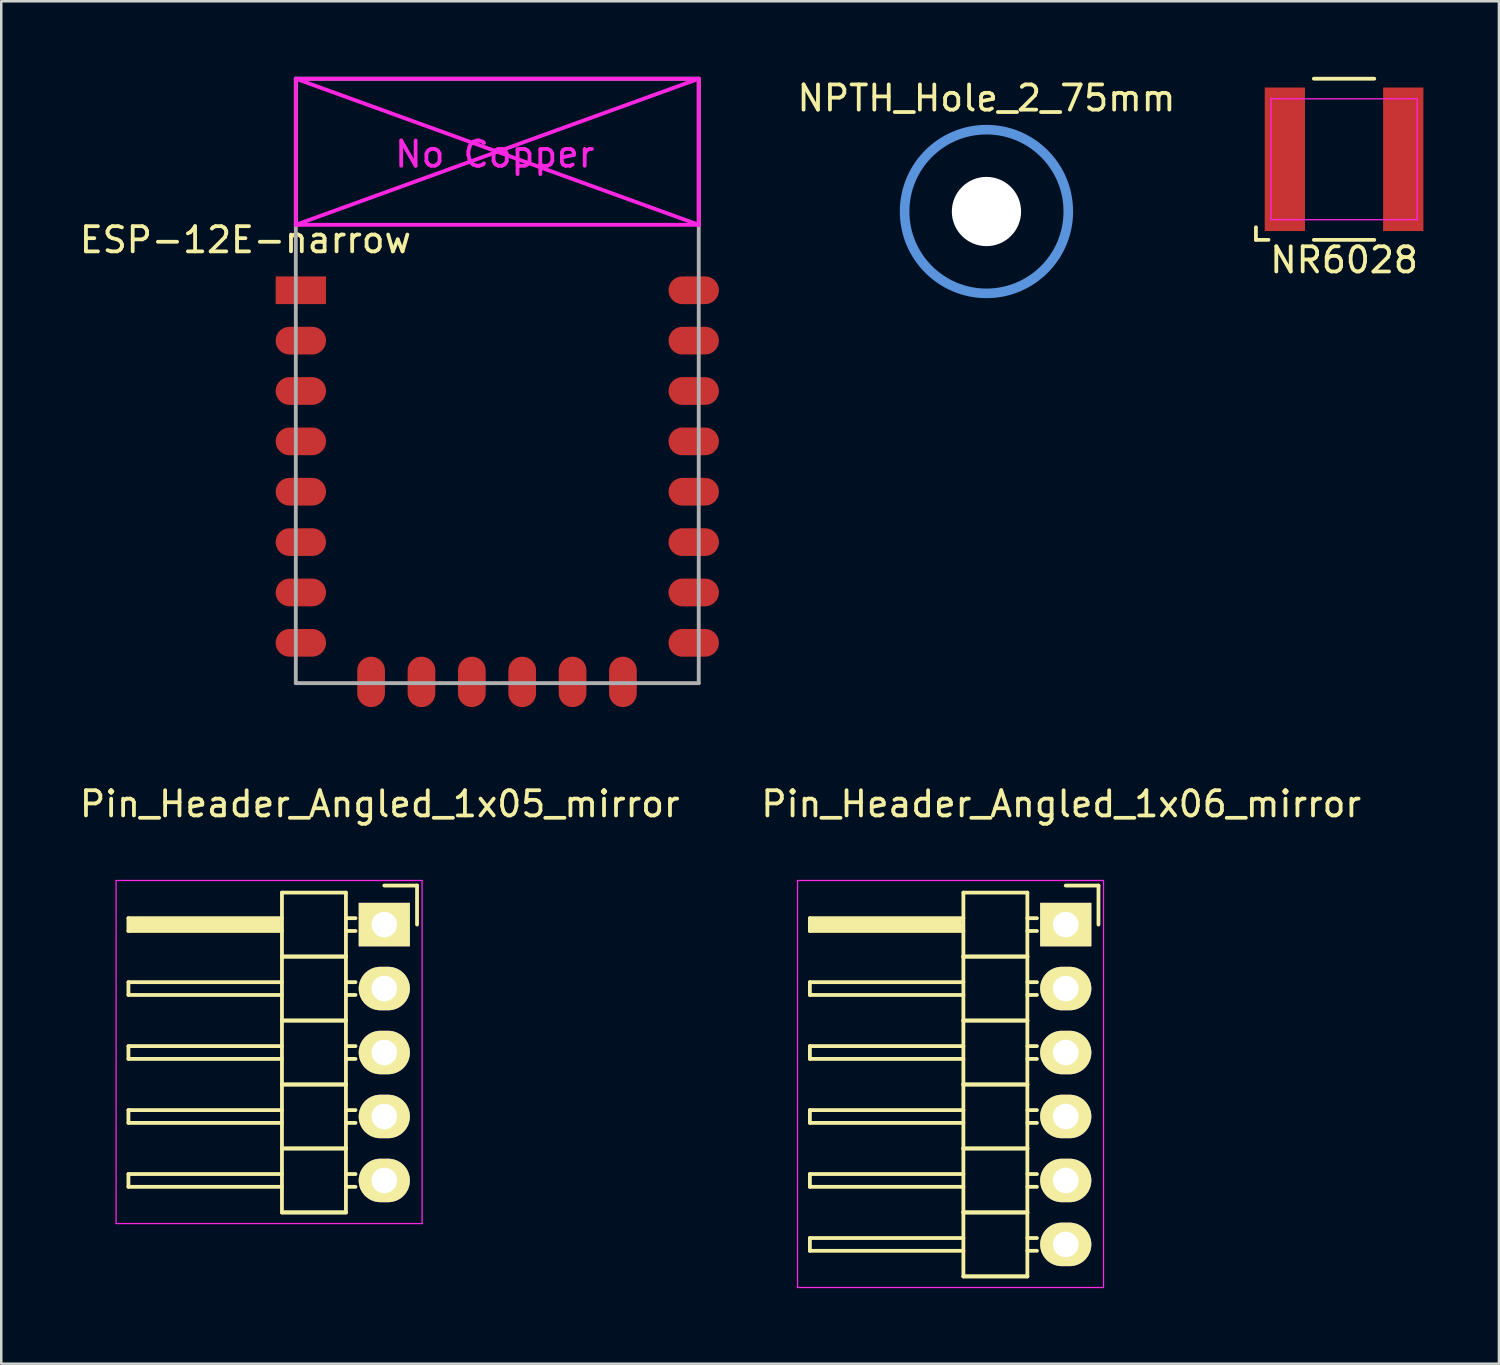
<source format=kicad_pcb>
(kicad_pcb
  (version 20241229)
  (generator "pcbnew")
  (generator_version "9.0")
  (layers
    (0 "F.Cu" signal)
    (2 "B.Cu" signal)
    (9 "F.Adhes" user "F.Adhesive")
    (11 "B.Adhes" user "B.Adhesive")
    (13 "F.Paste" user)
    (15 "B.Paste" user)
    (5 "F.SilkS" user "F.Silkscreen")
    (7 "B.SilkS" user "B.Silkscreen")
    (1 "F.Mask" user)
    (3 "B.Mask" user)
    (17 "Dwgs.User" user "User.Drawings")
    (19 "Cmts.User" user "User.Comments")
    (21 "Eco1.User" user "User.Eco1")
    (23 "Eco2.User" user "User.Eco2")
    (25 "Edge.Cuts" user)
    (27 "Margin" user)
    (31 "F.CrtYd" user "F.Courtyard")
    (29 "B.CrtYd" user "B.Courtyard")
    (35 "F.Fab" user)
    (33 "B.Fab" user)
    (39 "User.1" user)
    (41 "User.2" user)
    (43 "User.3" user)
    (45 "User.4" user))
  (footprint "ESP-12E-narrow"
    (layer "F.Cu")
    (at 8.696 8.476)
    (property "Reference" "ESP-12E-narrow" (at -2 -2 0) (layer "F.SilkS") (effects (font (size 1 1) (thickness 0.15))))
    (attr through_hole)
    (fp_line (start 0 -8.4) (end 0 -2.6) (stroke (width 0.152) (type solid)) (layer "F.CrtYd"))
    (fp_line (start 0 -8.4) (end 16 -2.6) (stroke (width 0.152) (type solid)) (layer "F.CrtYd"))
    (fp_line (start 0 -2.6) (end 16 -2.6) (stroke (width 0.152) (type solid)) (layer "F.CrtYd"))
    (fp_line (start 16 -8.4) (end 0 -8.4) (stroke (width 0.152) (type solid)) (layer "F.CrtYd"))
    (fp_line (start 16 -8.4) (end 0 -2.6) (stroke (width 0.152) (type solid)) (layer "F.CrtYd"))
    (fp_line (start 16 -2.6) (end 16 -8.4) (stroke (width 0.152) (type solid)) (layer "F.CrtYd"))
    (fp_line (start 0 -8.4) (end 16 -8.4) (stroke (width 0.152) (type solid)) (layer "F.Fab"))
    (fp_line (start 0 15.6) (end 0 -8.4) (stroke (width 0.152) (type solid)) (layer "F.Fab"))
    (fp_line (start 16 -8.4) (end 16 15.6) (stroke (width 0.152) (type solid)) (layer "F.Fab"))
    (fp_line (start 16 15.6) (end 0 15.6) (stroke (width 0.152) (type solid)) (layer "F.Fab"))
    (fp_text user "No Copper" (at 7.9 -5.4 0) (layer "F.CrtYd") (effects (font (size 1 1) (thickness 0.15))))
    (pad "1" smd rect (at 0.2 0) (size 2 1.1) (layers "F.Cu" "F.Mask" "F.Paste"))
    (pad "2" smd oval (at 0.2 2) (size 2 1.1) (layers "F.Cu" "F.Mask" "F.Paste"))
    (pad "3" smd oval (at 0.2 4) (size 2 1.1) (layers "F.Cu" "F.Mask" "F.Paste"))
    (pad "4" smd oval (at 0.2 6) (size 2 1.1) (layers "F.Cu" "F.Mask" "F.Paste"))
    (pad "5" smd oval (at 0.2 8) (size 2 1.1) (layers "F.Cu" "F.Mask" "F.Paste"))
    (pad "6" smd oval (at 0.2 10) (size 2 1.1) (layers "F.Cu" "F.Mask" "F.Paste"))
    (pad "7" smd oval (at 0.2 12) (size 2 1.1) (layers "F.Cu" "F.Mask" "F.Paste"))
    (pad "8" smd oval (at 0.2 14) (size 2 1.1) (layers "F.Cu" "F.Mask" "F.Paste"))
    (pad "9" smd oval (at 2.99 15.55 90) (size 2 1.1) (layers "F.Cu" "F.Mask" "F.Paste"))
    (pad "10" smd oval (at 4.99 15.55 90) (size 2 1.1) (layers "F.Cu" "F.Mask" "F.Paste"))
    (pad "11" smd oval (at 6.99 15.55 90) (size 2 1.1) (layers "F.Cu" "F.Mask" "F.Paste"))
    (pad "12" smd oval (at 8.99 15.55 90) (size 2 1.1) (layers "F.Cu" "F.Mask" "F.Paste"))
    (pad "13" smd oval (at 10.99 15.55 90) (size 2 1.1) (layers "F.Cu" "F.Mask" "F.Paste"))
    (pad "14" smd oval (at 12.99 15.55 90) (size 2 1.1) (layers "F.Cu" "F.Mask" "F.Paste"))
    (pad "15" smd oval (at 15.8 14) (size 2 1.1) (layers "F.Cu" "F.Mask" "F.Paste"))
    (pad "16" smd oval (at 15.8 12) (size 2 1.1) (layers "F.Cu" "F.Mask" "F.Paste"))
    (pad "17" smd oval (at 15.8 10) (size 2 1.1) (layers "F.Cu" "F.Mask" "F.Paste"))
    (pad "18" smd oval (at 15.8 8) (size 2 1.1) (layers "F.Cu" "F.Mask" "F.Paste"))
    (pad "19" smd oval (at 15.8 6) (size 2 1.1) (layers "F.Cu" "F.Mask" "F.Paste"))
    (pad "20" smd oval (at 15.8 4) (size 2 1.1) (layers "F.Cu" "F.Mask" "F.Paste"))
    (pad "21" smd oval (at 15.8 2) (size 2 1.1) (layers "F.Cu" "F.Mask" "F.Paste"))
    (pad "22" smd oval (at 15.8 0) (size 2 1.1) (layers "F.Cu" "F.Mask" "F.Paste")))
  (footprint "NPTH_Hole_2_75mm"
    (layer "F.Cu")
    (at 36.121 5.349)
    (property "Reference" "NPTH_Hole_2_75mm" (at 0 -4.501 0) (layer "F.SilkS") (effects (font (size 1 1) (thickness 0.15))))
    (attr through_hole)
    (fp_circle (center 0 0) (end 3.25 0) (stroke (width 0.381) (type solid)) (fill no) (layer "Cmts.User"))
    (pad "" np_thru_hole circle (at 0 0) (size 2.75 2.75) (drill 2.75) (layers "*.Cu" "*.Mask")))
  (footprint "Pin_Header_Angled_1x05_mirror"
    (layer "F.Cu")
    (at 12.03 33.974)
    (property "Reference" "Pin_Header_Angled_1x05_mirror" (at 0 -5.1 0) (layer "F.SilkS") (effects (font (size 1 1) (thickness 0.15))))
    (attr through_hole)
    (fp_line (start -9.98 -0.564) (end -9.98 -0.056) (stroke (width 0.15) (type solid)) (layer "F.SilkS"))
    (fp_line (start -9.98 -0.056) (end -3.884 -0.056) (stroke (width 0.15) (type solid)) (layer "F.SilkS"))
    (fp_line (start -9.98 1.976) (end -9.98 2.484) (stroke (width 0.15) (type solid)) (layer "F.SilkS"))
    (fp_line (start -9.98 2.484) (end -3.884 2.484) (stroke (width 0.15) (type solid)) (layer "F.SilkS"))
    (fp_line (start -9.98 4.516) (end -9.98 5.024) (stroke (width 0.15) (type solid)) (layer "F.SilkS"))
    (fp_line (start -9.98 5.024) (end -3.884 5.024) (stroke (width 0.15) (type solid)) (layer "F.SilkS"))
    (fp_line (start -9.98 7.056) (end -9.98 7.564) (stroke (width 0.15) (type solid)) (layer "F.SilkS"))
    (fp_line (start -9.98 7.564) (end -3.884 7.564) (stroke (width 0.15) (type solid)) (layer "F.SilkS"))
    (fp_line (start -9.98 9.596) (end -9.98 10.104) (stroke (width 0.15) (type solid)) (layer "F.SilkS"))
    (fp_line (start -9.98 10.104) (end -3.884 10.104) (stroke (width 0.15) (type solid)) (layer "F.SilkS"))
    (fp_line (start -9.853 -0.437) (end -9.853 -0.183) (stroke (width 0.15) (type solid)) (layer "F.SilkS"))
    (fp_line (start -9.853 -0.183) (end -4.011 -0.183) (stroke (width 0.15) (type solid)) (layer "F.SilkS"))
    (fp_line (start -4.011 -0.437) (end -9.853 -0.437) (stroke (width 0.15) (type solid)) (layer "F.SilkS"))
    (fp_line (start -4.011 -0.31) (end -9.853 -0.31) (stroke (width 0.15) (type solid)) (layer "F.SilkS"))
    (fp_line (start -4.011 -0.183) (end -4.011 -0.31) (stroke (width 0.15) (type solid)) (layer "F.SilkS"))
    (fp_line (start -3.884 -0.564) (end -9.98 -0.564) (stroke (width 0.15) (type solid)) (layer "F.SilkS"))
    (fp_line (start -3.884 0.96) (end -3.884 -1.58) (stroke (width 0.15) (type solid)) (layer "F.SilkS"))
    (fp_line (start -3.884 1.976) (end -9.98 1.976) (stroke (width 0.15) (type solid)) (layer "F.SilkS"))
    (fp_line (start -3.884 3.5) (end -3.884 0.96) (stroke (width 0.15) (type solid)) (layer "F.SilkS"))
    (fp_line (start -3.884 4.516) (end -9.98 4.516) (stroke (width 0.15) (type solid)) (layer "F.SilkS"))
    (fp_line (start -3.884 6.04) (end -3.884 3.5) (stroke (width 0.15) (type solid)) (layer "F.SilkS"))
    (fp_line (start -3.884 7.056) (end -9.98 7.056) (stroke (width 0.15) (type solid)) (layer "F.SilkS"))
    (fp_line (start -3.884 8.58) (end -3.884 6.04) (stroke (width 0.15) (type solid)) (layer "F.SilkS"))
    (fp_line (start -3.884 9.596) (end -9.98 9.596) (stroke (width 0.15) (type solid)) (layer "F.SilkS"))
    (fp_line (start -3.884 11.12) (end -3.884 8.58) (stroke (width 0.15) (type solid)) (layer "F.SilkS"))
    (fp_line (start -1.344 -1.58) (end -3.884 -1.58) (stroke (width 0.15) (type solid)) (layer "F.SilkS"))
    (fp_line (start -1.344 -1.58) (end -1.344 0.96) (stroke (width 0.15) (type solid)) (layer "F.SilkS"))
    (fp_line (start -1.344 -0.564) (end -0.963 -0.564) (stroke (width 0.15) (type solid)) (layer "F.SilkS"))
    (fp_line (start -1.344 -0.056) (end -0.963 -0.056) (stroke (width 0.15) (type solid)) (layer "F.SilkS"))
    (fp_line (start -1.344 0.96) (end -3.884 0.96) (stroke (width 0.15) (type solid)) (layer "F.SilkS"))
    (fp_line (start -1.344 0.96) (end -3.884 0.96) (stroke (width 0.15) (type solid)) (layer "F.SilkS"))
    (fp_line (start -1.344 0.96) (end -1.344 3.5) (stroke (width 0.15) (type solid)) (layer "F.SilkS"))
    (fp_line (start -1.344 1.976) (end -0.963 1.976) (stroke (width 0.15) (type solid)) (layer "F.SilkS"))
    (fp_line (start -1.344 2.484) (end -0.963 2.484) (stroke (width 0.15) (type solid)) (layer "F.SilkS"))
    (fp_line (start -1.344 3.5) (end -3.884 3.5) (stroke (width 0.15) (type solid)) (layer "F.SilkS"))
    (fp_line (start -1.344 3.5) (end -3.884 3.5) (stroke (width 0.15) (type solid)) (layer "F.SilkS"))
    (fp_line (start -1.344 3.5) (end -1.344 6.04) (stroke (width 0.15) (type solid)) (layer "F.SilkS"))
    (fp_line (start -1.344 4.516) (end -0.963 4.516) (stroke (width 0.15) (type solid)) (layer "F.SilkS"))
    (fp_line (start -1.344 5.024) (end -0.963 5.024) (stroke (width 0.15) (type solid)) (layer "F.SilkS"))
    (fp_line (start -1.344 6.04) (end -3.884 6.04) (stroke (width 0.15) (type solid)) (layer "F.SilkS"))
    (fp_line (start -1.344 6.04) (end -3.884 6.04) (stroke (width 0.15) (type solid)) (layer "F.SilkS"))
    (fp_line (start -1.344 6.04) (end -1.344 8.58) (stroke (width 0.15) (type solid)) (layer "F.SilkS"))
    (fp_line (start -1.344 7.056) (end -0.963 7.056) (stroke (width 0.15) (type solid)) (layer "F.SilkS"))
    (fp_line (start -1.344 7.564) (end -0.963 7.564) (stroke (width 0.15) (type solid)) (layer "F.SilkS"))
    (fp_line (start -1.344 8.58) (end -3.884 8.58) (stroke (width 0.15) (type solid)) (layer "F.SilkS"))
    (fp_line (start -1.344 8.58) (end -3.884 8.58) (stroke (width 0.15) (type solid)) (layer "F.SilkS"))
    (fp_line (start -1.344 8.58) (end -1.344 11.12) (stroke (width 0.15) (type solid)) (layer "F.SilkS"))
    (fp_line (start -1.344 9.596) (end -0.963 9.596) (stroke (width 0.15) (type solid)) (layer "F.SilkS"))
    (fp_line (start -1.344 10.104) (end -0.963 10.104) (stroke (width 0.15) (type solid)) (layer "F.SilkS"))
    (fp_line (start -1.344 11.12) (end -3.884 11.12) (stroke (width 0.15) (type solid)) (layer "F.SilkS"))
    (fp_line (start -1.344 11.12) (end -3.884 11.12) (stroke (width 0.15) (type solid)) (layer "F.SilkS"))
    (fp_line (start 0.18 -1.86) (end 1.48 -1.86) (stroke (width 0.15) (type solid)) (layer "F.SilkS"))
    (fp_line (start 1.48 -1.86) (end 1.48 -0.31) (stroke (width 0.15) (type solid)) (layer "F.SilkS"))
    (fp_line (start -10.47 -2.06) (end -10.47 11.562) (stroke (width 0.05) (type solid)) (layer "F.CrtYd"))
    (fp_line (start 1.68 -2.06) (end -10.47 -2.06) (stroke (width 0.05) (type solid)) (layer "F.CrtYd"))
    (fp_line (start 1.68 -2.06) (end 1.68 11.562) (stroke (width 0.05) (type solid)) (layer "F.CrtYd"))
    (fp_line (start 1.68 11.562) (end -10.47 11.562) (stroke (width 0.05) (type solid)) (layer "F.CrtYd"))
    (pad "1" thru_hole rect (at 0.18 -0.31 180) (size 2.032 1.727) (drill 1.016) (layers "*.Cu" "*.Mask" "F.SilkS"))
    (pad "2" thru_hole oval (at 0.18 2.23 180) (size 2.032 1.727) (drill 1.016) (layers "*.Cu" "*.Mask" "F.SilkS"))
    (pad "3" thru_hole oval (at 0.18 4.77 180) (size 2.032 1.727) (drill 1.016) (layers "*.Cu" "*.Mask" "F.SilkS"))
    (pad "4" thru_hole oval (at 0.18 7.31 180) (size 2.032 1.727) (drill 1.016) (layers "*.Cu" "*.Mask" "F.SilkS"))
    (pad "5" thru_hole oval (at 0.18 9.85 180) (size 2.032 1.727) (drill 1.016) (layers "*.Cu" "*.Mask" "F.SilkS")))
  (footprint "Pin_Header_Angled_1x06_mirror"
    (layer "F.Cu")
    (at 39.089 33.974)
    (property "Reference" "Pin_Header_Angled_1x06_mirror" (at 0 -5.1 0) (layer "F.SilkS") (effects (font (size 1 1) (thickness 0.15))))
    (attr through_hole)
    (fp_line (start -9.98 -0.564) (end -9.98 -0.056) (stroke (width 0.15) (type solid)) (layer "F.SilkS"))
    (fp_line (start -9.98 -0.056) (end -3.884 -0.056) (stroke (width 0.15) (type solid)) (layer "F.SilkS"))
    (fp_line (start -9.98 1.976) (end -9.98 2.484) (stroke (width 0.15) (type solid)) (layer "F.SilkS"))
    (fp_line (start -9.98 2.484) (end -3.884 2.484) (stroke (width 0.15) (type solid)) (layer "F.SilkS"))
    (fp_line (start -9.98 4.516) (end -9.98 5.024) (stroke (width 0.15) (type solid)) (layer "F.SilkS"))
    (fp_line (start -9.98 5.024) (end -3.884 5.024) (stroke (width 0.15) (type solid)) (layer "F.SilkS"))
    (fp_line (start -9.98 7.056) (end -9.98 7.564) (stroke (width 0.15) (type solid)) (layer "F.SilkS"))
    (fp_line (start -9.98 7.564) (end -3.884 7.564) (stroke (width 0.15) (type solid)) (layer "F.SilkS"))
    (fp_line (start -9.98 9.596) (end -9.98 10.104) (stroke (width 0.15) (type solid)) (layer "F.SilkS"))
    (fp_line (start -9.98 10.104) (end -3.884 10.104) (stroke (width 0.15) (type solid)) (layer "F.SilkS"))
    (fp_line (start -9.98 12.136) (end -9.98 12.644) (stroke (width 0.15) (type solid)) (layer "F.SilkS"))
    (fp_line (start -9.98 12.644) (end -3.884 12.644) (stroke (width 0.15) (type solid)) (layer "F.SilkS"))
    (fp_line (start -9.853 -0.437) (end -9.853 -0.183) (stroke (width 0.15) (type solid)) (layer "F.SilkS"))
    (fp_line (start -9.853 -0.183) (end -4.011 -0.183) (stroke (width 0.15) (type solid)) (layer "F.SilkS"))
    (fp_line (start -4.011 -0.437) (end -9.853 -0.437) (stroke (width 0.15) (type solid)) (layer "F.SilkS"))
    (fp_line (start -4.011 -0.31) (end -9.853 -0.31) (stroke (width 0.15) (type solid)) (layer "F.SilkS"))
    (fp_line (start -4.011 -0.183) (end -4.011 -0.31) (stroke (width 0.15) (type solid)) (layer "F.SilkS"))
    (fp_line (start -3.884 -0.564) (end -9.98 -0.564) (stroke (width 0.15) (type solid)) (layer "F.SilkS"))
    (fp_line (start -3.884 0.96) (end -3.884 -1.58) (stroke (width 0.15) (type solid)) (layer "F.SilkS"))
    (fp_line (start -3.884 1.976) (end -9.98 1.976) (stroke (width 0.15) (type solid)) (layer "F.SilkS"))
    (fp_line (start -3.884 3.5) (end -3.884 0.96) (stroke (width 0.15) (type solid)) (layer "F.SilkS"))
    (fp_line (start -3.884 4.516) (end -9.98 4.516) (stroke (width 0.15) (type solid)) (layer "F.SilkS"))
    (fp_line (start -3.884 6.04) (end -3.884 3.5) (stroke (width 0.15) (type solid)) (layer "F.SilkS"))
    (fp_line (start -3.884 7.056) (end -9.98 7.056) (stroke (width 0.15) (type solid)) (layer "F.SilkS"))
    (fp_line (start -3.884 8.58) (end -3.884 6.04) (stroke (width 0.15) (type solid)) (layer "F.SilkS"))
    (fp_line (start -3.884 9.596) (end -9.98 9.596) (stroke (width 0.15) (type solid)) (layer "F.SilkS"))
    (fp_line (start -3.884 11.12) (end -3.884 8.58) (stroke (width 0.15) (type solid)) (layer "F.SilkS"))
    (fp_line (start -3.884 12.136) (end -9.98 12.136) (stroke (width 0.15) (type solid)) (layer "F.SilkS"))
    (fp_line (start -3.884 13.66) (end -3.884 11.12) (stroke (width 0.15) (type solid)) (layer "F.SilkS"))
    (fp_line (start -1.344 -1.58) (end -3.884 -1.58) (stroke (width 0.15) (type solid)) (layer "F.SilkS"))
    (fp_line (start -1.344 -1.58) (end -1.344 0.96) (stroke (width 0.15) (type solid)) (layer "F.SilkS"))
    (fp_line (start -1.344 -0.564) (end -0.963 -0.564) (stroke (width 0.15) (type solid)) (layer "F.SilkS"))
    (fp_line (start -1.344 -0.056) (end -0.963 -0.056) (stroke (width 0.15) (type solid)) (layer "F.SilkS"))
    (fp_line (start -1.344 0.96) (end -3.884 0.96) (stroke (width 0.15) (type solid)) (layer "F.SilkS"))
    (fp_line (start -1.344 0.96) (end -3.884 0.96) (stroke (width 0.15) (type solid)) (layer "F.SilkS"))
    (fp_line (start -1.344 0.96) (end -1.344 3.5) (stroke (width 0.15) (type solid)) (layer "F.SilkS"))
    (fp_line (start -1.344 1.976) (end -0.963 1.976) (stroke (width 0.15) (type solid)) (layer "F.SilkS"))
    (fp_line (start -1.344 2.484) (end -0.963 2.484) (stroke (width 0.15) (type solid)) (layer "F.SilkS"))
    (fp_line (start -1.344 3.5) (end -3.884 3.5) (stroke (width 0.15) (type solid)) (layer "F.SilkS"))
    (fp_line (start -1.344 3.5) (end -3.884 3.5) (stroke (width 0.15) (type solid)) (layer "F.SilkS"))
    (fp_line (start -1.344 3.5) (end -1.344 6.04) (stroke (width 0.15) (type solid)) (layer "F.SilkS"))
    (fp_line (start -1.344 4.516) (end -0.963 4.516) (stroke (width 0.15) (type solid)) (layer "F.SilkS"))
    (fp_line (start -1.344 5.024) (end -0.963 5.024) (stroke (width 0.15) (type solid)) (layer "F.SilkS"))
    (fp_line (start -1.344 6.04) (end -3.884 6.04) (stroke (width 0.15) (type solid)) (layer "F.SilkS"))
    (fp_line (start -1.344 6.04) (end -3.884 6.04) (stroke (width 0.15) (type solid)) (layer "F.SilkS"))
    (fp_line (start -1.344 6.04) (end -1.344 8.58) (stroke (width 0.15) (type solid)) (layer "F.SilkS"))
    (fp_line (start -1.344 7.056) (end -0.963 7.056) (stroke (width 0.15) (type solid)) (layer "F.SilkS"))
    (fp_line (start -1.344 7.564) (end -0.963 7.564) (stroke (width 0.15) (type solid)) (layer "F.SilkS"))
    (fp_line (start -1.344 8.58) (end -3.884 8.58) (stroke (width 0.15) (type solid)) (layer "F.SilkS"))
    (fp_line (start -1.344 8.58) (end -3.884 8.58) (stroke (width 0.15) (type solid)) (layer "F.SilkS"))
    (fp_line (start -1.344 8.58) (end -1.344 11.12) (stroke (width 0.15) (type solid)) (layer "F.SilkS"))
    (fp_line (start -1.344 9.596) (end -0.963 9.596) (stroke (width 0.15) (type solid)) (layer "F.SilkS"))
    (fp_line (start -1.344 10.104) (end -0.963 10.104) (stroke (width 0.15) (type solid)) (layer "F.SilkS"))
    (fp_line (start -1.344 11.12) (end -3.884 11.12) (stroke (width 0.15) (type solid)) (layer "F.SilkS"))
    (fp_line (start -1.344 11.12) (end -3.884 11.12) (stroke (width 0.15) (type solid)) (layer "F.SilkS"))
    (fp_line (start -1.344 11.12) (end -1.344 13.66) (stroke (width 0.15) (type solid)) (layer "F.SilkS"))
    (fp_line (start -1.344 12.136) (end -0.963 12.136) (stroke (width 0.15) (type solid)) (layer "F.SilkS"))
    (fp_line (start -1.344 12.644) (end -0.963 12.644) (stroke (width 0.15) (type solid)) (layer "F.SilkS"))
    (fp_line (start -1.344 13.66) (end -3.884 13.66) (stroke (width 0.15) (type solid)) (layer "F.SilkS"))
    (fp_line (start -1.344 13.66) (end -3.884 13.66) (stroke (width 0.15) (type solid)) (layer "F.SilkS"))
    (fp_line (start 0.18 -1.86) (end 1.48 -1.86) (stroke (width 0.15) (type solid)) (layer "F.SilkS"))
    (fp_line (start 1.48 -1.86) (end 1.48 -0.31) (stroke (width 0.15) (type solid)) (layer "F.SilkS"))
    (fp_line (start -10.47 -2.06) (end -10.47 14.102) (stroke (width 0.05) (type solid)) (layer "F.CrtYd"))
    (fp_line (start 1.68 -2.06) (end -10.47 -2.06) (stroke (width 0.05) (type solid)) (layer "F.CrtYd"))
    (fp_line (start 1.68 -2.06) (end 1.68 14.102) (stroke (width 0.05) (type solid)) (layer "F.CrtYd"))
    (fp_line (start 1.68 14.102) (end -10.47 14.102) (stroke (width 0.05) (type solid)) (layer "F.CrtYd"))
    (pad "1" thru_hole rect (at 0.18 -0.31 180) (size 2.032 1.727) (drill 1.016) (layers "*.Cu" "*.Mask" "F.SilkS"))
    (pad "2" thru_hole oval (at 0.18 2.23 180) (size 2.032 1.727) (drill 1.016) (layers "*.Cu" "*.Mask" "F.SilkS"))
    (pad "3" thru_hole oval (at 0.18 4.77 180) (size 2.032 1.727) (drill 1.016) (layers "*.Cu" "*.Mask" "F.SilkS"))
    (pad "4" thru_hole oval (at 0.18 7.31 180) (size 2.032 1.727) (drill 1.016) (layers "*.Cu" "*.Mask" "F.SilkS"))
    (pad "5" thru_hole oval (at 0.18 9.85 180) (size 2.032 1.727) (drill 1.016) (layers "*.Cu" "*.Mask" "F.SilkS"))
    (pad "6" thru_hole oval (at 0.18 12.39 180) (size 2.032 1.727) (drill 1.016) (layers "*.Cu" "*.Mask" "F.SilkS")))
  (footprint "NR6028"
    (layer "F.Cu")
    (at 50.321 3.275)
    (property "Reference" "NR6028" (at 0 4 0) (layer "F.SilkS") (effects (font (size 1 1) (thickness 0.15))))
    (attr smd)
    (fp_line (start -3.5 2.7) (end -3.5 3.2) (stroke (width 0.15) (type solid)) (layer "F.SilkS"))
    (fp_line (start -3 3.2) (end -3.5 3.2) (stroke (width 0.15) (type solid)) (layer "F.SilkS"))
    (fp_line (start -1.2 -3.2) (end 1.2 -3.2) (stroke (width 0.15) (type solid)) (layer "F.SilkS"))
    (fp_line (start 1.2 3.2) (end -1.2 3.2) (stroke (width 0.15) (type solid)) (layer "F.SilkS"))
    (fp_line (start -2.9 -2.4) (end 2.9 -2.4) (stroke (width 0.05) (type solid)) (layer "F.CrtYd"))
    (fp_line (start -2.9 2.4) (end -2.9 -2.4) (stroke (width 0.05) (type solid)) (layer "F.CrtYd"))
    (fp_line (start 2.9 -2.4) (end 2.9 2.4) (stroke (width 0.05) (type solid)) (layer "F.CrtYd"))
    (fp_line (start 2.9 2.4) (end -2.9 2.4) (stroke (width 0.05) (type solid)) (layer "F.CrtYd"))
    (pad "1" smd rect (at -2.35 0) (size 1.6 5.7) (layers "F.Cu" "F.Mask" "F.Paste"))
    (pad "2" smd rect (at 2.35 0) (size 1.6 5.7) (layers "F.Cu" "F.Mask" "F.Paste")))
  (gr_rect
    (start -3 -3)
    (end 56.471 51.101)
    (stroke (width 0.1) (type default))
    (fill no)
    (layer "Edge.Cuts")))
</source>
